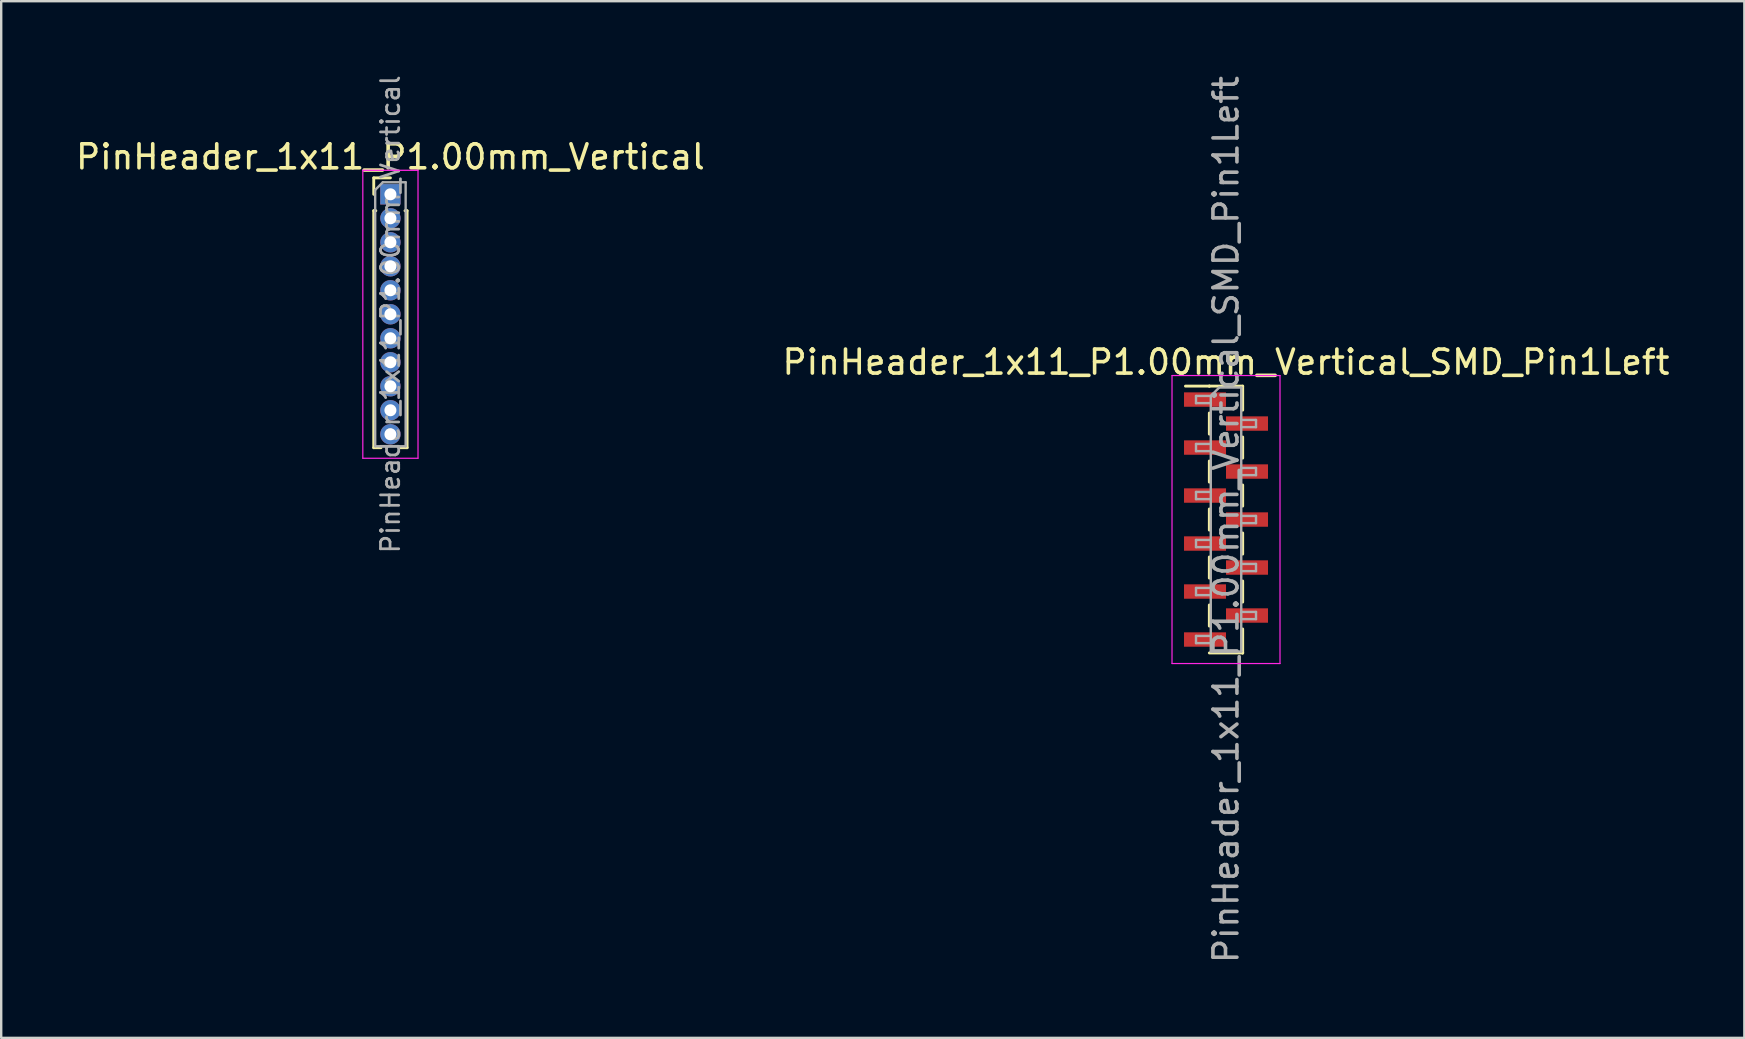
<source format=kicad_pcb>
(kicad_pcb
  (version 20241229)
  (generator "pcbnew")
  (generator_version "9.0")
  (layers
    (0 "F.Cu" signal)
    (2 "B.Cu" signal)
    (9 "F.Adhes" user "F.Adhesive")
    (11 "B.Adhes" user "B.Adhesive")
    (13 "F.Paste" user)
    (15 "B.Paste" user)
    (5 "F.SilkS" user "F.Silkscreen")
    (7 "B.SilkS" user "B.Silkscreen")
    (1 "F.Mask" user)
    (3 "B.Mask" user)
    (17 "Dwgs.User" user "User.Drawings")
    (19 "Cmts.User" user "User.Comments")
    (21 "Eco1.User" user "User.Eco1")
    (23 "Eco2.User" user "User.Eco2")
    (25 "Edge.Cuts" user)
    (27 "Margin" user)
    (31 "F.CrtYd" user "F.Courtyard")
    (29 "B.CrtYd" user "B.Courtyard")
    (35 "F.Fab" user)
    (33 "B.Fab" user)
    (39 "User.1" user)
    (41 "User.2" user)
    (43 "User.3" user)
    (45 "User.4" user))
  (footprint "PinHeader_1x11_P1.00mm_Vertical_SMD_Pin1Left"
    (layer "F.Cu")
    (at 48.042 18.601)
    (property "Reference" "PinHeader_1x11_P1.00mm_Vertical_SMD_Pin1Left" (at 0 -6.56 0) (layer "F.SilkS") (effects (font (size 1 1) (thickness 0.15))))
    (attr smd)
    (fp_line (start -0.695 -5.56) (end -1.69 -5.56) (stroke (width 0.12) (type solid)) (layer "F.SilkS"))
    (fp_line (start -0.695 -5.56) (end -0.695 -5.56) (stroke (width 0.12) (type solid)) (layer "F.SilkS"))
    (fp_line (start -0.695 -5.56) (end 0.695 -5.56) (stroke (width 0.12) (type solid)) (layer "F.SilkS"))
    (fp_line (start -0.695 -4.44) (end -0.695 -3.56) (stroke (width 0.12) (type solid)) (layer "F.SilkS"))
    (fp_line (start -0.695 -2.44) (end -0.695 -1.56) (stroke (width 0.12) (type solid)) (layer "F.SilkS"))
    (fp_line (start -0.695 -0.44) (end -0.695 0.44) (stroke (width 0.12) (type solid)) (layer "F.SilkS"))
    (fp_line (start -0.695 1.56) (end -0.695 2.44) (stroke (width 0.12) (type solid)) (layer "F.SilkS"))
    (fp_line (start -0.695 3.56) (end -0.695 4.44) (stroke (width 0.12) (type solid)) (layer "F.SilkS"))
    (fp_line (start -0.695 5.56) (end 0.695 5.56) (stroke (width 0.12) (type solid)) (layer "F.SilkS"))
    (fp_line (start 0.695 -5.56) (end 0.695 -4.56) (stroke (width 0.12) (type solid)) (layer "F.SilkS"))
    (fp_line (start 0.695 -3.44) (end 0.695 -2.56) (stroke (width 0.12) (type solid)) (layer "F.SilkS"))
    (fp_line (start 0.695 -1.44) (end 0.695 -0.56) (stroke (width 0.12) (type solid)) (layer "F.SilkS"))
    (fp_line (start 0.695 0.56) (end 0.695 1.44) (stroke (width 0.12) (type solid)) (layer "F.SilkS"))
    (fp_line (start 0.695 2.56) (end 0.695 3.44) (stroke (width 0.12) (type solid)) (layer "F.SilkS"))
    (fp_line (start 0.695 4.56) (end 0.695 5.56) (stroke (width 0.12) (type solid)) (layer "F.SilkS"))
    (fp_line (start 0.695 5.56) (end 0.695 5.56) (stroke (width 0.12) (type solid)) (layer "F.SilkS"))
    (fp_line (start -2.25 -6) (end -2.25 6) (stroke (width 0.05) (type solid)) (layer "F.CrtYd"))
    (fp_line (start -2.25 6) (end 2.25 6) (stroke (width 0.05) (type solid)) (layer "F.CrtYd"))
    (fp_line (start 2.25 -6) (end -2.25 -6) (stroke (width 0.05) (type solid)) (layer "F.CrtYd"))
    (fp_line (start 2.25 6) (end 2.25 -6) (stroke (width 0.05) (type solid)) (layer "F.CrtYd"))
    (fp_line (start -1.25 -5.15) (end -1.25 -4.85) (stroke (width 0.1) (type solid)) (layer "F.Fab"))
    (fp_line (start -1.25 -4.85) (end -0.635 -4.85) (stroke (width 0.1) (type solid)) (layer "F.Fab"))
    (fp_line (start -1.25 -3.15) (end -1.25 -2.85) (stroke (width 0.1) (type solid)) (layer "F.Fab"))
    (fp_line (start -1.25 -2.85) (end -0.635 -2.85) (stroke (width 0.1) (type solid)) (layer "F.Fab"))
    (fp_line (start -1.25 -1.15) (end -1.25 -0.85) (stroke (width 0.1) (type solid)) (layer "F.Fab"))
    (fp_line (start -1.25 -0.85) (end -0.635 -0.85) (stroke (width 0.1) (type solid)) (layer "F.Fab"))
    (fp_line (start -1.25 0.85) (end -1.25 1.15) (stroke (width 0.1) (type solid)) (layer "F.Fab"))
    (fp_line (start -1.25 1.15) (end -0.635 1.15) (stroke (width 0.1) (type solid)) (layer "F.Fab"))
    (fp_line (start -1.25 2.85) (end -1.25 3.15) (stroke (width 0.1) (type solid)) (layer "F.Fab"))
    (fp_line (start -1.25 3.15) (end -0.635 3.15) (stroke (width 0.1) (type solid)) (layer "F.Fab"))
    (fp_line (start -1.25 4.85) (end -1.25 5.15) (stroke (width 0.1) (type solid)) (layer "F.Fab"))
    (fp_line (start -1.25 5.15) (end -0.635 5.15) (stroke (width 0.1) (type solid)) (layer "F.Fab"))
    (fp_line (start -0.635 -5.15) (end -1.25 -5.15) (stroke (width 0.1) (type solid)) (layer "F.Fab"))
    (fp_line (start -0.635 -5.15) (end -0.285 -5.5) (stroke (width 0.1) (type solid)) (layer "F.Fab"))
    (fp_line (start -0.635 -3.15) (end -1.25 -3.15) (stroke (width 0.1) (type solid)) (layer "F.Fab"))
    (fp_line (start -0.635 -1.15) (end -1.25 -1.15) (stroke (width 0.1) (type solid)) (layer "F.Fab"))
    (fp_line (start -0.635 0.85) (end -1.25 0.85) (stroke (width 0.1) (type solid)) (layer "F.Fab"))
    (fp_line (start -0.635 2.85) (end -1.25 2.85) (stroke (width 0.1) (type solid)) (layer "F.Fab"))
    (fp_line (start -0.635 4.85) (end -1.25 4.85) (stroke (width 0.1) (type solid)) (layer "F.Fab"))
    (fp_line (start -0.635 5.5) (end -0.635 -5.15) (stroke (width 0.1) (type solid)) (layer "F.Fab"))
    (fp_line (start -0.285 -5.5) (end 0.635 -5.5) (stroke (width 0.1) (type solid)) (layer "F.Fab"))
    (fp_line (start 0.635 -5.5) (end 0.635 5.5) (stroke (width 0.1) (type solid)) (layer "F.Fab"))
    (fp_line (start 0.635 -4.15) (end 1.25 -4.15) (stroke (width 0.1) (type solid)) (layer "F.Fab"))
    (fp_line (start 0.635 -2.15) (end 1.25 -2.15) (stroke (width 0.1) (type solid)) (layer "F.Fab"))
    (fp_line (start 0.635 -0.15) (end 1.25 -0.15) (stroke (width 0.1) (type solid)) (layer "F.Fab"))
    (fp_line (start 0.635 1.85) (end 1.25 1.85) (stroke (width 0.1) (type solid)) (layer "F.Fab"))
    (fp_line (start 0.635 3.85) (end 1.25 3.85) (stroke (width 0.1) (type solid)) (layer "F.Fab"))
    (fp_line (start 0.635 5.5) (end -0.635 5.5) (stroke (width 0.1) (type solid)) (layer "F.Fab"))
    (fp_line (start 1.25 -4.15) (end 1.25 -3.85) (stroke (width 0.1) (type solid)) (layer "F.Fab"))
    (fp_line (start 1.25 -3.85) (end 0.635 -3.85) (stroke (width 0.1) (type solid)) (layer "F.Fab"))
    (fp_line (start 1.25 -2.15) (end 1.25 -1.85) (stroke (width 0.1) (type solid)) (layer "F.Fab"))
    (fp_line (start 1.25 -1.85) (end 0.635 -1.85) (stroke (width 0.1) (type solid)) (layer "F.Fab"))
    (fp_line (start 1.25 -0.15) (end 1.25 0.15) (stroke (width 0.1) (type solid)) (layer "F.Fab"))
    (fp_line (start 1.25 0.15) (end 0.635 0.15) (stroke (width 0.1) (type solid)) (layer "F.Fab"))
    (fp_line (start 1.25 1.85) (end 1.25 2.15) (stroke (width 0.1) (type solid)) (layer "F.Fab"))
    (fp_line (start 1.25 2.15) (end 0.635 2.15) (stroke (width 0.1) (type solid)) (layer "F.Fab"))
    (fp_line (start 1.25 3.85) (end 1.25 4.15) (stroke (width 0.1) (type solid)) (layer "F.Fab"))
    (fp_line (start 1.25 4.15) (end 0.635 4.15) (stroke (width 0.1) (type solid)) (layer "F.Fab"))
    (fp_text user "${REFERENCE}" (at 0 0 90) (layer "F.Fab") (effects (font (size 1 1) (thickness 0.15))))
    (pad "1" smd rect (at -0.875 -5) (size 1.75 0.6) (layers "F.Cu" "F.Mask" "F.Paste"))
    (pad "2" smd rect (at 0.875 -4) (size 1.75 0.6) (layers "F.Cu" "F.Mask" "F.Paste"))
    (pad "3" smd rect (at -0.875 -3) (size 1.75 0.6) (layers "F.Cu" "F.Mask" "F.Paste"))
    (pad "4" smd rect (at 0.875 -2) (size 1.75 0.6) (layers "F.Cu" "F.Mask" "F.Paste"))
    (pad "5" smd rect (at -0.875 -1) (size 1.75 0.6) (layers "F.Cu" "F.Mask" "F.Paste"))
    (pad "6" smd rect (at 0.875 0) (size 1.75 0.6) (layers "F.Cu" "F.Mask" "F.Paste"))
    (pad "7" smd rect (at -0.875 1) (size 1.75 0.6) (layers "F.Cu" "F.Mask" "F.Paste"))
    (pad "8" smd rect (at 0.875 2) (size 1.75 0.6) (layers "F.Cu" "F.Mask" "F.Paste"))
    (pad "9" smd rect (at -0.875 3) (size 1.75 0.6) (layers "F.Cu" "F.Mask" "F.Paste"))
    (pad "10" smd rect (at 0.875 4) (size 1.75 0.6) (layers "F.Cu" "F.Mask" "F.Paste"))
    (pad "11" smd rect (at -0.875 5) (size 1.75 0.6) (layers "F.Cu" "F.Mask" "F.Paste")))
  (footprint "PinHeader_1x11_P1.00mm_Vertical"
    (layer "F.Cu")
    (at 13.22 5.047)
    (property "Reference" "PinHeader_1x11_P1.00mm_Vertical" (at 0 -1.56 0) (layer "F.SilkS") (effects (font (size 1 1) (thickness 0.15))))
    (attr through_hole)
    (fp_line (start -0.695 -0.685) (end 0 -0.685) (stroke (width 0.12) (type solid)) (layer "F.SilkS"))
    (fp_line (start -0.695 0) (end -0.695 -0.685) (stroke (width 0.12) (type solid)) (layer "F.SilkS"))
    (fp_line (start -0.695 0.685) (end -0.695 10.56) (stroke (width 0.12) (type solid)) (layer "F.SilkS"))
    (fp_line (start -0.695 0.685) (end -0.608 0.685) (stroke (width 0.12) (type solid)) (layer "F.SilkS"))
    (fp_line (start -0.695 10.56) (end -0.394 10.56) (stroke (width 0.12) (type solid)) (layer "F.SilkS"))
    (fp_line (start 0.394 10.56) (end 0.695 10.56) (stroke (width 0.12) (type solid)) (layer "F.SilkS"))
    (fp_line (start 0.608 0.685) (end 0.695 0.685) (stroke (width 0.12) (type solid)) (layer "F.SilkS"))
    (fp_line (start 0.695 0.685) (end 0.695 10.56) (stroke (width 0.12) (type solid)) (layer "F.SilkS"))
    (fp_line (start -1.15 -1) (end -1.15 11) (stroke (width 0.05) (type solid)) (layer "F.CrtYd"))
    (fp_line (start -1.15 11) (end 1.15 11) (stroke (width 0.05) (type solid)) (layer "F.CrtYd"))
    (fp_line (start 1.15 -1) (end -1.15 -1) (stroke (width 0.05) (type solid)) (layer "F.CrtYd"))
    (fp_line (start 1.15 11) (end 1.15 -1) (stroke (width 0.05) (type solid)) (layer "F.CrtYd"))
    (fp_line (start -0.635 -0.182) (end -0.318 -0.5) (stroke (width 0.1) (type solid)) (layer "F.Fab"))
    (fp_line (start -0.635 10.5) (end -0.635 -0.182) (stroke (width 0.1) (type solid)) (layer "F.Fab"))
    (fp_line (start -0.318 -0.5) (end 0.635 -0.5) (stroke (width 0.1) (type solid)) (layer "F.Fab"))
    (fp_line (start 0.635 -0.5) (end 0.635 10.5) (stroke (width 0.1) (type solid)) (layer "F.Fab"))
    (fp_line (start 0.635 10.5) (end -0.635 10.5) (stroke (width 0.1) (type solid)) (layer "F.Fab"))
    (fp_text user "${REFERENCE}" (at 0 5 90) (layer "F.Fab") (effects (font (size 0.76 0.76) (thickness 0.114))))
    (pad "1" thru_hole rect (at 0 0) (size 0.85 0.85) (drill 0.5) (layers "*.Cu" "*.Mask"))
    (pad "2" thru_hole oval (at 0 1) (size 0.85 0.85) (drill 0.5) (layers "*.Cu" "*.Mask"))
    (pad "3" thru_hole oval (at 0 2) (size 0.85 0.85) (drill 0.5) (layers "*.Cu" "*.Mask"))
    (pad "4" thru_hole oval (at 0 3) (size 0.85 0.85) (drill 0.5) (layers "*.Cu" "*.Mask"))
    (pad "5" thru_hole oval (at 0 4) (size 0.85 0.85) (drill 0.5) (layers "*.Cu" "*.Mask"))
    (pad "6" thru_hole oval (at 0 5) (size 0.85 0.85) (drill 0.5) (layers "*.Cu" "*.Mask"))
    (pad "7" thru_hole oval (at 0 6) (size 0.85 0.85) (drill 0.5) (layers "*.Cu" "*.Mask"))
    (pad "8" thru_hole oval (at 0 7) (size 0.85 0.85) (drill 0.5) (layers "*.Cu" "*.Mask"))
    (pad "9" thru_hole oval (at 0 8) (size 0.85 0.85) (drill 0.5) (layers "*.Cu" "*.Mask"))
    (pad "10" thru_hole oval (at 0 9) (size 0.85 0.85) (drill 0.5) (layers "*.Cu" "*.Mask"))
    (pad "11" thru_hole oval (at 0 10) (size 0.85 0.85) (drill 0.5) (layers "*.Cu" "*.Mask")))
  (gr_rect
    (start -3 -3)
    (end 69.643 40.202)
    (stroke (width 0.1) (type default))
    (fill no)
    (layer "Edge.Cuts")))
</source>
